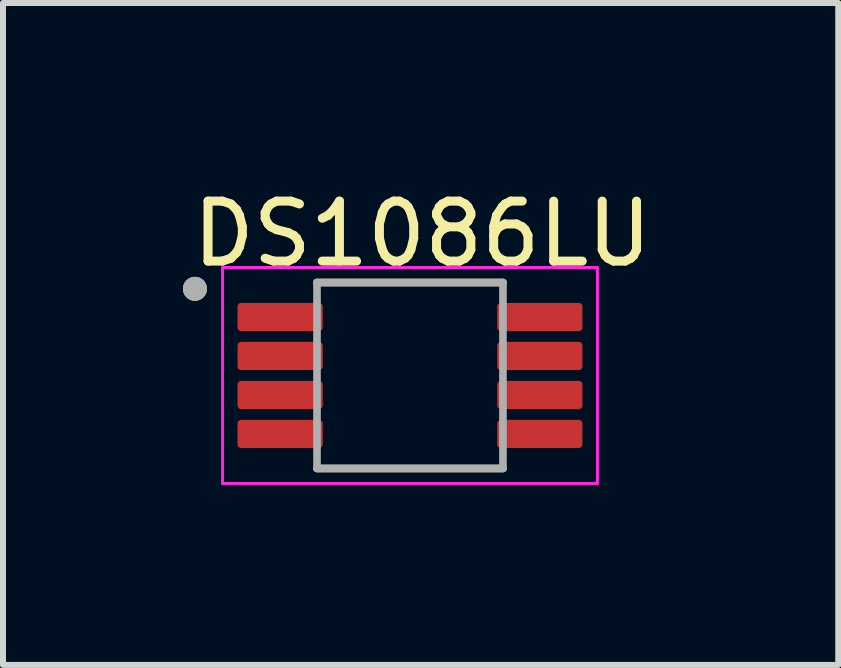
<source format=kicad_pcb>
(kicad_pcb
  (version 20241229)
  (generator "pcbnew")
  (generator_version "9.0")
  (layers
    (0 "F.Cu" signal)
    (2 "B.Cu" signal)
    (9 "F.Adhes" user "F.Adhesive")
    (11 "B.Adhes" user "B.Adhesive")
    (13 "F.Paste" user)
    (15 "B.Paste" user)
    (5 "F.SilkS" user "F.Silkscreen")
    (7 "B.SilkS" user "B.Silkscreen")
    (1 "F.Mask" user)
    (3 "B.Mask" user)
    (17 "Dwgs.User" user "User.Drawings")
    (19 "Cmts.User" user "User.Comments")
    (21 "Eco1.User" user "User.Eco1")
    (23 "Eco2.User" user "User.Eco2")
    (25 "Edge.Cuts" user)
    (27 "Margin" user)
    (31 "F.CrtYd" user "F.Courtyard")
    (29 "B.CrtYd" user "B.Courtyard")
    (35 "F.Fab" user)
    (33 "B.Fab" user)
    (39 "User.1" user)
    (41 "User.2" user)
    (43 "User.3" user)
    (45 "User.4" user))
  (footprint "DS1086LU"
    (layer "F.Cu")
    (at 3.785 3.21)
    (property "Reference" "DS1086LU" (at 0.205 -2.362 0) (layer "F.SilkS") (effects (font (size 1 1) (thickness 0.15))))
    (attr smd)
    (fp_line (start -1.55 -1.55) (end 1.55 -1.55) (stroke (width 0.127) (type solid)) (layer "F.SilkS"))
    (fp_line (start -1.55 1.55) (end 1.55 1.55) (stroke (width 0.127) (type solid)) (layer "F.SilkS"))
    (fp_circle (center -3.585 -1.445) (end -3.485 -1.445) (stroke (width 0.2) (type solid)) (fill no) (layer "F.SilkS"))
    (fp_line (start -3.125 -1.8) (end -3.125 1.8) (stroke (width 0.05) (type solid)) (layer "F.CrtYd"))
    (fp_line (start -3.125 -1.8) (end 3.125 -1.8) (stroke (width 0.05) (type solid)) (layer "F.CrtYd"))
    (fp_line (start -3.125 1.8) (end 3.125 1.8) (stroke (width 0.05) (type solid)) (layer "F.CrtYd"))
    (fp_line (start 3.125 -1.8) (end 3.125 1.8) (stroke (width 0.05) (type solid)) (layer "F.CrtYd"))
    (fp_line (start -1.55 -1.55) (end -1.55 1.55) (stroke (width 0.127) (type solid)) (layer "F.Fab"))
    (fp_line (start -1.55 -1.55) (end 1.55 -1.55) (stroke (width 0.127) (type solid)) (layer "F.Fab"))
    (fp_line (start -1.55 1.55) (end 1.55 1.55) (stroke (width 0.127) (type solid)) (layer "F.Fab"))
    (fp_line (start 1.55 -1.55) (end 1.55 1.55) (stroke (width 0.127) (type solid)) (layer "F.Fab"))
    (fp_circle (center -3.585 -1.445) (end -3.485 -1.445) (stroke (width 0.2) (type solid)) (fill no) (layer "F.Fab"))
    (pad "1" smd roundrect (at -2.165 -0.975) (size 1.42 0.47) (layers "F.Cu" "F.Mask" "F.Paste") (roundrect_rratio 0.125))
    (pad "2" smd roundrect (at -2.165 -0.325) (size 1.42 0.47) (layers "F.Cu" "F.Mask" "F.Paste") (roundrect_rratio 0.125))
    (pad "3" smd roundrect (at -2.165 0.325) (size 1.42 0.47) (layers "F.Cu" "F.Mask" "F.Paste") (roundrect_rratio 0.125))
    (pad "4" smd roundrect (at -2.165 0.975) (size 1.42 0.47) (layers "F.Cu" "F.Mask" "F.Paste") (roundrect_rratio 0.125))
    (pad "5" smd roundrect (at 2.165 0.975) (size 1.42 0.47) (layers "F.Cu" "F.Mask" "F.Paste") (roundrect_rratio 0.125))
    (pad "6" smd roundrect (at 2.165 0.325) (size 1.42 0.47) (layers "F.Cu" "F.Mask" "F.Paste") (roundrect_rratio 0.125))
    (pad "7" smd roundrect (at 2.165 -0.325) (size 1.42 0.47) (layers "F.Cu" "F.Mask" "F.Paste") (roundrect_rratio 0.125))
    (pad "8" smd roundrect (at 2.165 -0.975) (size 1.42 0.47) (layers "F.Cu" "F.Mask" "F.Paste") (roundrect_rratio 0.125)))
  (gr_rect
    (start -3 -3)
    (end 10.925 8.035)
    (stroke (width 0.1) (type default))
    (fill no)
    (layer "Edge.Cuts")))
</source>
